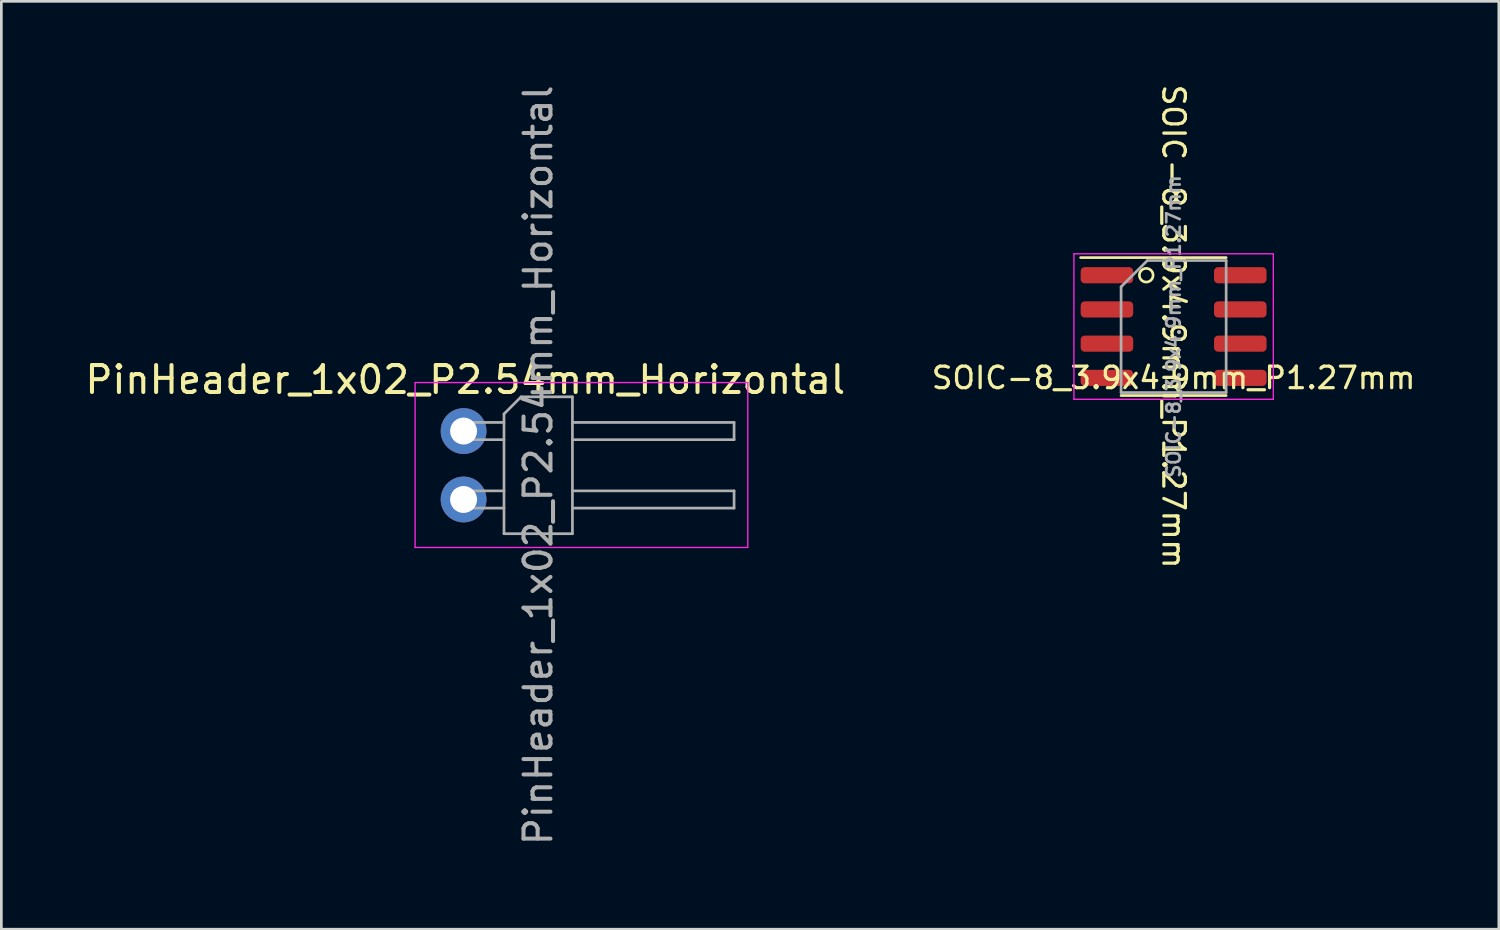
<source format=kicad_pcb>
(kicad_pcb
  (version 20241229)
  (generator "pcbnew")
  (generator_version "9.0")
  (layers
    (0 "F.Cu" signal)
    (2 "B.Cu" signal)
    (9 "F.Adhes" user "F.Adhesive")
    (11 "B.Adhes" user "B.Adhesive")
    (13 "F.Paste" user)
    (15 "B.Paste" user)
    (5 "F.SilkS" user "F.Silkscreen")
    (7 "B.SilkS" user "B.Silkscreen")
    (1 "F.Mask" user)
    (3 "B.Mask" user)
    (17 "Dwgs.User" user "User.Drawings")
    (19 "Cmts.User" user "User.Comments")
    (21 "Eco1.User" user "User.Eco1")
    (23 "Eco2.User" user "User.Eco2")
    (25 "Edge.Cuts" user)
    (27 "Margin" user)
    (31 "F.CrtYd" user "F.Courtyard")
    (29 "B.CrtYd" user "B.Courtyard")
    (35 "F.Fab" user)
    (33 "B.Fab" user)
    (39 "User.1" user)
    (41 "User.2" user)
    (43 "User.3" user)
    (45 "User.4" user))
  (footprint "SOIC-8_3.9x4.9mm_P1.27mm"
    (layer "F.Cu")
    (at 40.512 9.071)
    (property "Reference" "SOIC-8_3.9x4.9mm_P1.27mm" (at 0 1.905 0) (unlocked yes) (layer "F.SilkS") (effects (font (size 0.8 0.8) (thickness 0.12))))
    (property "Value" "SOIC-8_3.9x4.9mm_P1.27mm" (at 0.762 0 90) (layer "F.Fab") (hide yes) (effects (font (size 0.4 0.4) (thickness 0.08))))
    (attr smd)
    (fp_line (start 0 -2.56) (end -3.45 -2.56) (stroke (width 0.1) (type solid)) (layer "F.SilkS"))
    (fp_line (start 0 -2.56) (end 1.95 -2.56) (stroke (width 0.1) (type solid)) (layer "F.SilkS"))
    (fp_line (start 0 2.56) (end -1.95 2.56) (stroke (width 0.1) (type solid)) (layer "F.SilkS"))
    (fp_line (start 0 2.56) (end 1.95 2.56) (stroke (width 0.1) (type solid)) (layer "F.SilkS"))
    (fp_circle (center -1.016 -1.905) (end -0.762 -1.905) (stroke (width 0.1) (type solid)) (fill no) (layer "F.SilkS"))
    (fp_line (start -3.7 -2.7) (end -3.7 2.7) (stroke (width 0.05) (type solid)) (layer "F.CrtYd"))
    (fp_line (start -3.7 2.7) (end 3.7 2.7) (stroke (width 0.05) (type solid)) (layer "F.CrtYd"))
    (fp_line (start 3.7 -2.7) (end -3.7 -2.7) (stroke (width 0.05) (type solid)) (layer "F.CrtYd"))
    (fp_line (start 3.7 2.7) (end 3.7 -2.7) (stroke (width 0.05) (type solid)) (layer "F.CrtYd"))
    (fp_line (start -1.95 -1.475) (end -0.975 -2.45) (stroke (width 0.1) (type solid)) (layer "F.Fab"))
    (fp_line (start -1.95 2.45) (end -1.95 -1.475) (stroke (width 0.1) (type solid)) (layer "F.Fab"))
    (fp_line (start -0.975 -2.45) (end 1.95 -2.45) (stroke (width 0.1) (type solid)) (layer "F.Fab"))
    (fp_line (start 1.95 -2.45) (end 1.95 2.45) (stroke (width 0.1) (type solid)) (layer "F.Fab"))
    (fp_line (start 1.95 2.45) (end -1.95 2.45) (stroke (width 0.1) (type solid)) (layer "F.Fab"))
    (fp_text user "${VALUE}" (at 0 0 270) (unlocked yes) (layer "F.SilkS") (effects (font (size 0.8 0.8) (thickness 0.12))))
    (fp_text user "${REFERENCE}" (at 0 0 90) (layer "F.Fab") (effects (font (size 0.5 0.5) (thickness 0.1))))
    (pad "1" smd roundrect (at -2.475 -1.905) (size 1.95 0.6) (layers "F.Cu" "F.Mask" "F.Paste") (roundrect_rratio 0.25))
    (pad "2" smd roundrect (at -2.475 -0.635) (size 1.95 0.6) (layers "F.Cu" "F.Mask" "F.Paste") (roundrect_rratio 0.25))
    (pad "3" smd roundrect (at -2.475 0.635) (size 1.95 0.6) (layers "F.Cu" "F.Mask" "F.Paste") (roundrect_rratio 0.25))
    (pad "4" smd roundrect (at -2.475 1.905) (size 1.95 0.6) (layers "F.Cu" "F.Mask" "F.Paste") (roundrect_rratio 0.25))
    (pad "5" smd roundrect (at 2.475 1.905) (size 1.95 0.6) (layers "F.Cu" "F.Mask" "F.Paste") (roundrect_rratio 0.25))
    (pad "6" smd roundrect (at 2.475 0.635) (size 1.95 0.6) (layers "F.Cu" "F.Mask" "F.Paste") (roundrect_rratio 0.25))
    (pad "7" smd roundrect (at 2.475 -0.635) (size 1.95 0.6) (layers "F.Cu" "F.Mask" "F.Paste") (roundrect_rratio 0.25))
    (pad "8" smd roundrect (at 2.475 -1.905) (size 1.95 0.6) (layers "F.Cu" "F.Mask" "F.Paste") (roundrect_rratio 0.25)))
  (footprint "PinHeader_1x02_P2.54mm_Horizontal"
    (layer "F.Cu")
    (at 14.157 12.95)
    (property "Reference" "PinHeader_1x02_P2.54mm_Horizontal" (at 0.064 -1.905 0) (layer "F.SilkS") (effects (font (size 1 1) (thickness 0.15))))
    (attr through_hole)
    (fp_line (start -1.8 -1.8) (end -1.8 4.32) (stroke (width 0.05) (type solid)) (layer "F.CrtYd"))
    (fp_line (start -1.8 4.32) (end 10.55 4.32) (stroke (width 0.05) (type solid)) (layer "F.CrtYd"))
    (fp_line (start 10.55 -1.8) (end -1.8 -1.8) (stroke (width 0.05) (type solid)) (layer "F.CrtYd"))
    (fp_line (start 10.55 4.32) (end 10.55 -1.8) (stroke (width 0.05) (type solid)) (layer "F.CrtYd"))
    (fp_line (start -0.32 -0.32) (end -0.32 0.32) (stroke (width 0.1) (type solid)) (layer "F.Fab"))
    (fp_line (start -0.32 -0.32) (end 1.5 -0.32) (stroke (width 0.1) (type solid)) (layer "F.Fab"))
    (fp_line (start -0.32 0.32) (end 1.5 0.32) (stroke (width 0.1) (type solid)) (layer "F.Fab"))
    (fp_line (start -0.32 2.22) (end -0.32 2.86) (stroke (width 0.1) (type solid)) (layer "F.Fab"))
    (fp_line (start -0.32 2.22) (end 1.5 2.22) (stroke (width 0.1) (type solid)) (layer "F.Fab"))
    (fp_line (start -0.32 2.86) (end 1.5 2.86) (stroke (width 0.1) (type solid)) (layer "F.Fab"))
    (fp_line (start 1.5 -0.635) (end 2.135 -1.27) (stroke (width 0.1) (type solid)) (layer "F.Fab"))
    (fp_line (start 1.5 3.81) (end 1.5 -0.635) (stroke (width 0.1) (type solid)) (layer "F.Fab"))
    (fp_line (start 2.135 -1.27) (end 4.04 -1.27) (stroke (width 0.1) (type solid)) (layer "F.Fab"))
    (fp_line (start 4.04 -1.27) (end 4.04 3.81) (stroke (width 0.1) (type solid)) (layer "F.Fab"))
    (fp_line (start 4.04 -0.32) (end 10.04 -0.32) (stroke (width 0.1) (type solid)) (layer "F.Fab"))
    (fp_line (start 4.04 0.32) (end 10.04 0.32) (stroke (width 0.1) (type solid)) (layer "F.Fab"))
    (fp_line (start 4.04 2.22) (end 10.04 2.22) (stroke (width 0.1) (type solid)) (layer "F.Fab"))
    (fp_line (start 4.04 2.86) (end 10.04 2.86) (stroke (width 0.1) (type solid)) (layer "F.Fab"))
    (fp_line (start 4.04 3.81) (end 1.5 3.81) (stroke (width 0.1) (type solid)) (layer "F.Fab"))
    (fp_line (start 10.04 -0.32) (end 10.04 0.32) (stroke (width 0.1) (type solid)) (layer "F.Fab"))
    (fp_line (start 10.04 2.22) (end 10.04 2.86) (stroke (width 0.1) (type solid)) (layer "F.Fab"))
    (fp_text user "${REFERENCE}" (at 2.77 1.27 90) (layer "F.Fab") (effects (font (size 1 1) (thickness 0.15))))
    (pad "1" thru_hole oval (at 0 0) (size 1.7 1.7) (drill 1) (layers "*.Cu" "*.Mask"))
    (pad "2" thru_hole oval (at 0 2.54) (size 1.7 1.7) (drill 1) (layers "*.Cu" "*.Mask")))
  (gr_rect
    (start -3 -3)
    (end 52.583 31.44)
    (stroke (width 0.1) (type default))
    (fill no)
    (layer "Edge.Cuts")))
</source>
